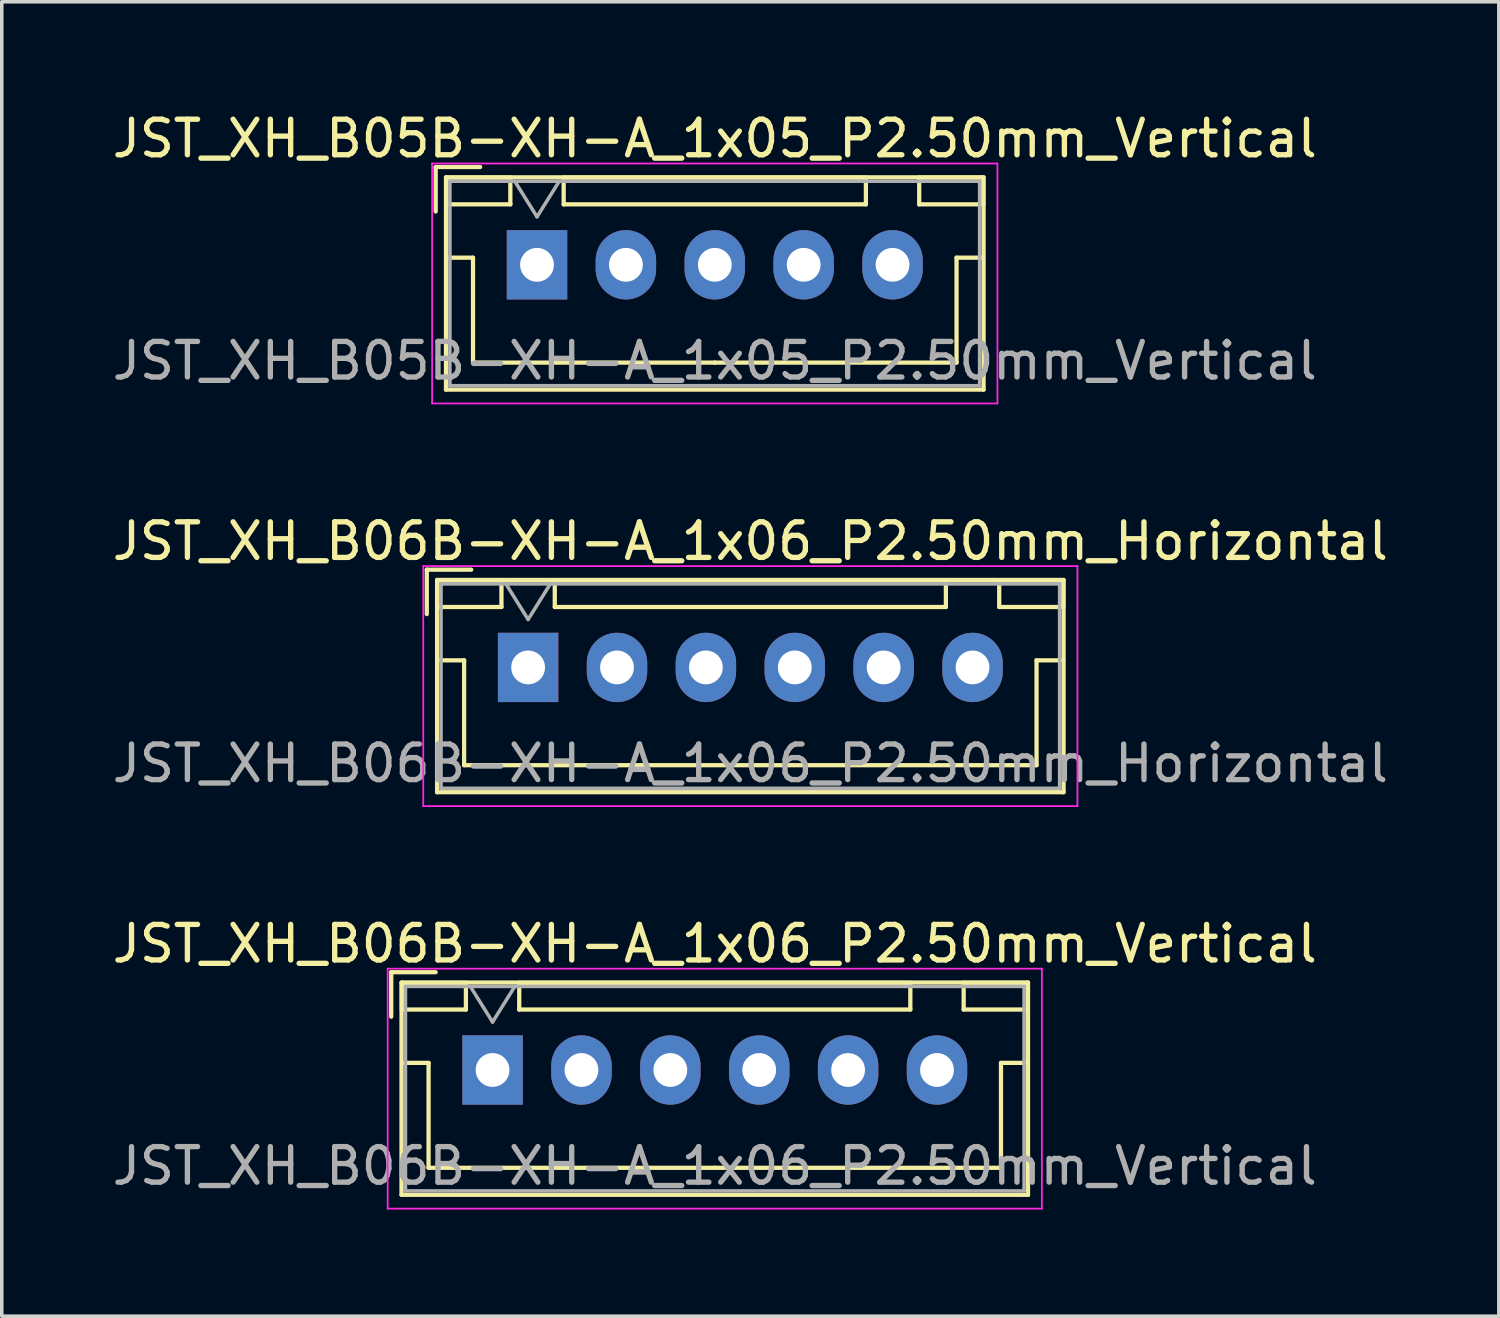
<source format=kicad_pcb>
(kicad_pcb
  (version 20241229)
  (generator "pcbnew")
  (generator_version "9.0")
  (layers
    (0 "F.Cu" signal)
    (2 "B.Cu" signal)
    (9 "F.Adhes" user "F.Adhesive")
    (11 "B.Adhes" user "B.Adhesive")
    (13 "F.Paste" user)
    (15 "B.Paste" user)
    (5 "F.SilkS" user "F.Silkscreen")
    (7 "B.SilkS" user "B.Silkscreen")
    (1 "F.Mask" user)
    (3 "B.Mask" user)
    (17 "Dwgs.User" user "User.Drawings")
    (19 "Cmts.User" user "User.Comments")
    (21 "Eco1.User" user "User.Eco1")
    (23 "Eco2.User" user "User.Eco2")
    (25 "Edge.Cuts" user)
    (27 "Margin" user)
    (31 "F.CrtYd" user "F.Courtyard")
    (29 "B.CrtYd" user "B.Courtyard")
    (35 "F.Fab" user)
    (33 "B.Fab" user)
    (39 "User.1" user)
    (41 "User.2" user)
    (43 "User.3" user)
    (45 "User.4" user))
  (footprint "JST_XH_B06B-XH-A_1x06_P2.50mm_Vertical"
    (layer "F.Cu")
    (at 10.804 27.045)
    (property "Reference" "JST_XH_B06B-XH-A_1x06_P2.50mm_Vertical" (at 6.25 -3.55 0) (layer "F.SilkS") (effects (font (size 1 1) (thickness 0.15))))
    (attr through_hole)
    (fp_line (start -2.85 -2.75) (end -2.85 -1.5) (stroke (width 0.12) (type solid)) (layer "F.SilkS"))
    (fp_line (start -2.56 -2.46) (end -2.56 3.51) (stroke (width 0.12) (type solid)) (layer "F.SilkS"))
    (fp_line (start -2.56 3.51) (end 15.06 3.51) (stroke (width 0.12) (type solid)) (layer "F.SilkS"))
    (fp_line (start -2.55 -2.45) (end -2.55 -1.7) (stroke (width 0.12) (type solid)) (layer "F.SilkS"))
    (fp_line (start -2.55 -1.7) (end -0.75 -1.7) (stroke (width 0.12) (type solid)) (layer "F.SilkS"))
    (fp_line (start -2.55 -0.2) (end -1.8 -0.2) (stroke (width 0.12) (type solid)) (layer "F.SilkS"))
    (fp_line (start -1.8 -0.2) (end -1.8 2.75) (stroke (width 0.12) (type solid)) (layer "F.SilkS"))
    (fp_line (start -1.8 2.75) (end 6.25 2.75) (stroke (width 0.12) (type solid)) (layer "F.SilkS"))
    (fp_line (start -1.6 -2.75) (end -2.85 -2.75) (stroke (width 0.12) (type solid)) (layer "F.SilkS"))
    (fp_line (start -0.75 -2.45) (end -2.55 -2.45) (stroke (width 0.12) (type solid)) (layer "F.SilkS"))
    (fp_line (start -0.75 -1.7) (end -0.75 -2.45) (stroke (width 0.12) (type solid)) (layer "F.SilkS"))
    (fp_line (start 0.75 -2.45) (end 0.75 -1.7) (stroke (width 0.12) (type solid)) (layer "F.SilkS"))
    (fp_line (start 0.75 -1.7) (end 11.75 -1.7) (stroke (width 0.12) (type solid)) (layer "F.SilkS"))
    (fp_line (start 11.75 -2.45) (end 0.75 -2.45) (stroke (width 0.12) (type solid)) (layer "F.SilkS"))
    (fp_line (start 11.75 -1.7) (end 11.75 -2.45) (stroke (width 0.12) (type solid)) (layer "F.SilkS"))
    (fp_line (start 13.25 -2.45) (end 13.25 -1.7) (stroke (width 0.12) (type solid)) (layer "F.SilkS"))
    (fp_line (start 13.25 -1.7) (end 15.05 -1.7) (stroke (width 0.12) (type solid)) (layer "F.SilkS"))
    (fp_line (start 14.3 -0.2) (end 14.3 2.75) (stroke (width 0.12) (type solid)) (layer "F.SilkS"))
    (fp_line (start 14.3 2.75) (end 6.25 2.75) (stroke (width 0.12) (type solid)) (layer "F.SilkS"))
    (fp_line (start 15.05 -2.45) (end 13.25 -2.45) (stroke (width 0.12) (type solid)) (layer "F.SilkS"))
    (fp_line (start 15.05 -1.7) (end 15.05 -2.45) (stroke (width 0.12) (type solid)) (layer "F.SilkS"))
    (fp_line (start 15.05 -0.2) (end 14.3 -0.2) (stroke (width 0.12) (type solid)) (layer "F.SilkS"))
    (fp_line (start 15.06 -2.46) (end -2.56 -2.46) (stroke (width 0.12) (type solid)) (layer "F.SilkS"))
    (fp_line (start 15.06 3.51) (end 15.06 -2.46) (stroke (width 0.12) (type solid)) (layer "F.SilkS"))
    (fp_line (start -2.95 -2.85) (end -2.95 3.9) (stroke (width 0.05) (type solid)) (layer "F.CrtYd"))
    (fp_line (start -2.95 3.9) (end 15.45 3.9) (stroke (width 0.05) (type solid)) (layer "F.CrtYd"))
    (fp_line (start 15.45 -2.85) (end -2.95 -2.85) (stroke (width 0.05) (type solid)) (layer "F.CrtYd"))
    (fp_line (start 15.45 3.9) (end 15.45 -2.85) (stroke (width 0.05) (type solid)) (layer "F.CrtYd"))
    (fp_line (start -2.45 -2.35) (end -2.45 3.4) (stroke (width 0.1) (type solid)) (layer "F.Fab"))
    (fp_line (start -2.45 3.4) (end 14.95 3.4) (stroke (width 0.1) (type solid)) (layer "F.Fab"))
    (fp_line (start -0.625 -2.35) (end 0 -1.35) (stroke (width 0.1) (type solid)) (layer "F.Fab"))
    (fp_line (start 0 -1.35) (end 0.625 -2.35) (stroke (width 0.1) (type solid)) (layer "F.Fab"))
    (fp_line (start 14.95 -2.35) (end -2.45 -2.35) (stroke (width 0.1) (type solid)) (layer "F.Fab"))
    (fp_line (start 14.95 3.4) (end 14.95 -2.35) (stroke (width 0.1) (type solid)) (layer "F.Fab"))
    (fp_text user "${REFERENCE}" (at 6.25 2.7 0) (layer "F.Fab") (effects (font (size 1 1) (thickness 0.15))))
    (pad "1" thru_hole rect (at 0 0) (size 1.7 1.95) (drill 0.95) (layers "*.Cu" "*.Mask"))
    (pad "2" thru_hole oval (at 2.5 0) (size 1.7 1.95) (drill 0.95) (layers "*.Cu" "*.Mask"))
    (pad "3" thru_hole oval (at 5 0) (size 1.7 1.95) (drill 0.95) (layers "*.Cu" "*.Mask"))
    (pad "4" thru_hole oval (at 7.5 0) (size 1.7 1.95) (drill 0.95) (layers "*.Cu" "*.Mask"))
    (pad "5" thru_hole oval (at 10 0) (size 1.7 1.95) (drill 0.95) (layers "*.Cu" "*.Mask"))
    (pad "6" thru_hole oval (at 12.5 0) (size 1.7 1.95) (drill 0.95) (layers "*.Cu" "*.Mask")))
  (footprint "JST_XH_B05B-XH-A_1x05_P2.50mm_Vertical"
    (layer "F.Cu")
    (at 12.054 4.398)
    (property "Reference" "JST_XH_B05B-XH-A_1x05_P2.50mm_Vertical" (at 5 -3.55 0) (layer "F.SilkS") (effects (font (size 1 1) (thickness 0.15))))
    (attr through_hole)
    (fp_line (start -2.85 -2.75) (end -2.85 -1.5) (stroke (width 0.12) (type solid)) (layer "F.SilkS"))
    (fp_line (start -2.56 -2.46) (end -2.56 3.51) (stroke (width 0.12) (type solid)) (layer "F.SilkS"))
    (fp_line (start -2.56 3.51) (end 12.56 3.51) (stroke (width 0.12) (type solid)) (layer "F.SilkS"))
    (fp_line (start -2.55 -2.45) (end -2.55 -1.7) (stroke (width 0.12) (type solid)) (layer "F.SilkS"))
    (fp_line (start -2.55 -1.7) (end -0.75 -1.7) (stroke (width 0.12) (type solid)) (layer "F.SilkS"))
    (fp_line (start -2.55 -0.2) (end -1.8 -0.2) (stroke (width 0.12) (type solid)) (layer "F.SilkS"))
    (fp_line (start -1.8 -0.2) (end -1.8 2.75) (stroke (width 0.12) (type solid)) (layer "F.SilkS"))
    (fp_line (start -1.8 2.75) (end 5 2.75) (stroke (width 0.12) (type solid)) (layer "F.SilkS"))
    (fp_line (start -1.6 -2.75) (end -2.85 -2.75) (stroke (width 0.12) (type solid)) (layer "F.SilkS"))
    (fp_line (start -0.75 -2.45) (end -2.55 -2.45) (stroke (width 0.12) (type solid)) (layer "F.SilkS"))
    (fp_line (start -0.75 -1.7) (end -0.75 -2.45) (stroke (width 0.12) (type solid)) (layer "F.SilkS"))
    (fp_line (start 0.75 -2.45) (end 0.75 -1.7) (stroke (width 0.12) (type solid)) (layer "F.SilkS"))
    (fp_line (start 0.75 -1.7) (end 9.25 -1.7) (stroke (width 0.12) (type solid)) (layer "F.SilkS"))
    (fp_line (start 9.25 -2.45) (end 0.75 -2.45) (stroke (width 0.12) (type solid)) (layer "F.SilkS"))
    (fp_line (start 9.25 -1.7) (end 9.25 -2.45) (stroke (width 0.12) (type solid)) (layer "F.SilkS"))
    (fp_line (start 10.75 -2.45) (end 10.75 -1.7) (stroke (width 0.12) (type solid)) (layer "F.SilkS"))
    (fp_line (start 10.75 -1.7) (end 12.55 -1.7) (stroke (width 0.12) (type solid)) (layer "F.SilkS"))
    (fp_line (start 11.8 -0.2) (end 11.8 2.75) (stroke (width 0.12) (type solid)) (layer "F.SilkS"))
    (fp_line (start 11.8 2.75) (end 5 2.75) (stroke (width 0.12) (type solid)) (layer "F.SilkS"))
    (fp_line (start 12.55 -2.45) (end 10.75 -2.45) (stroke (width 0.12) (type solid)) (layer "F.SilkS"))
    (fp_line (start 12.55 -1.7) (end 12.55 -2.45) (stroke (width 0.12) (type solid)) (layer "F.SilkS"))
    (fp_line (start 12.55 -0.2) (end 11.8 -0.2) (stroke (width 0.12) (type solid)) (layer "F.SilkS"))
    (fp_line (start 12.56 -2.46) (end -2.56 -2.46) (stroke (width 0.12) (type solid)) (layer "F.SilkS"))
    (fp_line (start 12.56 3.51) (end 12.56 -2.46) (stroke (width 0.12) (type solid)) (layer "F.SilkS"))
    (fp_line (start -2.95 -2.85) (end -2.95 3.9) (stroke (width 0.05) (type solid)) (layer "F.CrtYd"))
    (fp_line (start -2.95 3.9) (end 12.95 3.9) (stroke (width 0.05) (type solid)) (layer "F.CrtYd"))
    (fp_line (start 12.95 -2.85) (end -2.95 -2.85) (stroke (width 0.05) (type solid)) (layer "F.CrtYd"))
    (fp_line (start 12.95 3.9) (end 12.95 -2.85) (stroke (width 0.05) (type solid)) (layer "F.CrtYd"))
    (fp_line (start -2.45 -2.35) (end -2.45 3.4) (stroke (width 0.1) (type solid)) (layer "F.Fab"))
    (fp_line (start -2.45 3.4) (end 12.45 3.4) (stroke (width 0.1) (type solid)) (layer "F.Fab"))
    (fp_line (start -0.625 -2.35) (end 0 -1.35) (stroke (width 0.1) (type solid)) (layer "F.Fab"))
    (fp_line (start 0 -1.35) (end 0.625 -2.35) (stroke (width 0.1) (type solid)) (layer "F.Fab"))
    (fp_line (start 12.45 -2.35) (end -2.45 -2.35) (stroke (width 0.1) (type solid)) (layer "F.Fab"))
    (fp_line (start 12.45 3.4) (end 12.45 -2.35) (stroke (width 0.1) (type solid)) (layer "F.Fab"))
    (fp_text user "${REFERENCE}" (at 5 2.7 0) (layer "F.Fab") (effects (font (size 1 1) (thickness 0.15))))
    (pad "1" thru_hole rect (at 0 0) (size 1.7 1.95) (drill 0.95) (layers "*.Cu" "*.Mask"))
    (pad "2" thru_hole oval (at 2.5 0) (size 1.7 1.95) (drill 0.95) (layers "*.Cu" "*.Mask"))
    (pad "3" thru_hole oval (at 5 0) (size 1.7 1.95) (drill 0.95) (layers "*.Cu" "*.Mask"))
    (pad "4" thru_hole oval (at 7.5 0) (size 1.7 1.95) (drill 0.95) (layers "*.Cu" "*.Mask"))
    (pad "5" thru_hole oval (at 10 0) (size 1.7 1.95) (drill 0.95) (layers "*.Cu" "*.Mask")))
  (footprint "JST_XH_B06B-XH-A_1x06_P2.50mm_Horizontal"
    (layer "F.Cu")
    (at 11.804 15.722)
    (property "Reference" "JST_XH_B06B-XH-A_1x06_P2.50mm_Horizontal" (at 6.25 -3.55 0) (layer "F.SilkS") (effects (font (size 1 1) (thickness 0.15))))
    (attr through_hole)
    (fp_line (start -2.85 -2.75) (end -2.85 -1.5) (stroke (width 0.12) (type solid)) (layer "F.SilkS"))
    (fp_line (start -2.56 -2.46) (end -2.56 3.51) (stroke (width 0.12) (type solid)) (layer "F.SilkS"))
    (fp_line (start -2.56 3.51) (end 15.06 3.51) (stroke (width 0.12) (type solid)) (layer "F.SilkS"))
    (fp_line (start -2.55 -2.45) (end -2.55 -1.7) (stroke (width 0.12) (type solid)) (layer "F.SilkS"))
    (fp_line (start -2.55 -1.7) (end -0.75 -1.7) (stroke (width 0.12) (type solid)) (layer "F.SilkS"))
    (fp_line (start -2.55 -0.2) (end -1.8 -0.2) (stroke (width 0.12) (type solid)) (layer "F.SilkS"))
    (fp_line (start -1.8 -0.2) (end -1.8 2.75) (stroke (width 0.12) (type solid)) (layer "F.SilkS"))
    (fp_line (start -1.8 2.75) (end 6.25 2.75) (stroke (width 0.12) (type solid)) (layer "F.SilkS"))
    (fp_line (start -1.6 -2.75) (end -2.85 -2.75) (stroke (width 0.12) (type solid)) (layer "F.SilkS"))
    (fp_line (start -0.75 -2.45) (end -2.55 -2.45) (stroke (width 0.12) (type solid)) (layer "F.SilkS"))
    (fp_line (start -0.75 -1.7) (end -0.75 -2.45) (stroke (width 0.12) (type solid)) (layer "F.SilkS"))
    (fp_line (start 0.75 -2.45) (end 0.75 -1.7) (stroke (width 0.12) (type solid)) (layer "F.SilkS"))
    (fp_line (start 0.75 -1.7) (end 11.75 -1.7) (stroke (width 0.12) (type solid)) (layer "F.SilkS"))
    (fp_line (start 11.75 -2.45) (end 0.75 -2.45) (stroke (width 0.12) (type solid)) (layer "F.SilkS"))
    (fp_line (start 11.75 -1.7) (end 11.75 -2.45) (stroke (width 0.12) (type solid)) (layer "F.SilkS"))
    (fp_line (start 13.25 -2.45) (end 13.25 -1.7) (stroke (width 0.12) (type solid)) (layer "F.SilkS"))
    (fp_line (start 13.25 -1.7) (end 15.05 -1.7) (stroke (width 0.12) (type solid)) (layer "F.SilkS"))
    (fp_line (start 14.3 -0.2) (end 14.3 2.75) (stroke (width 0.12) (type solid)) (layer "F.SilkS"))
    (fp_line (start 14.3 2.75) (end 6.25 2.75) (stroke (width 0.12) (type solid)) (layer "F.SilkS"))
    (fp_line (start 15.05 -2.45) (end 13.25 -2.45) (stroke (width 0.12) (type solid)) (layer "F.SilkS"))
    (fp_line (start 15.05 -1.7) (end 15.05 -2.45) (stroke (width 0.12) (type solid)) (layer "F.SilkS"))
    (fp_line (start 15.05 -0.2) (end 14.3 -0.2) (stroke (width 0.12) (type solid)) (layer "F.SilkS"))
    (fp_line (start 15.06 -2.46) (end -2.56 -2.46) (stroke (width 0.12) (type solid)) (layer "F.SilkS"))
    (fp_line (start 15.06 3.51) (end 15.06 -2.46) (stroke (width 0.12) (type solid)) (layer "F.SilkS"))
    (fp_line (start -2.95 -2.85) (end -2.95 3.9) (stroke (width 0.05) (type solid)) (layer "F.CrtYd"))
    (fp_line (start -2.95 3.9) (end 15.45 3.9) (stroke (width 0.05) (type solid)) (layer "F.CrtYd"))
    (fp_line (start 15.45 -2.85) (end -2.95 -2.85) (stroke (width 0.05) (type solid)) (layer "F.CrtYd"))
    (fp_line (start 15.45 3.9) (end 15.45 -2.85) (stroke (width 0.05) (type solid)) (layer "F.CrtYd"))
    (fp_line (start -2.45 -2.35) (end -2.45 3.4) (stroke (width 0.1) (type solid)) (layer "F.Fab"))
    (fp_line (start -2.45 3.4) (end 14.95 3.4) (stroke (width 0.1) (type solid)) (layer "F.Fab"))
    (fp_line (start -0.625 -2.35) (end 0 -1.35) (stroke (width 0.1) (type solid)) (layer "F.Fab"))
    (fp_line (start 0 -1.35) (end 0.625 -2.35) (stroke (width 0.1) (type solid)) (layer "F.Fab"))
    (fp_line (start 14.95 -2.35) (end -2.45 -2.35) (stroke (width 0.1) (type solid)) (layer "F.Fab"))
    (fp_line (start 14.95 3.4) (end 14.95 -2.35) (stroke (width 0.1) (type solid)) (layer "F.Fab"))
    (fp_text user "${REFERENCE}" (at 6.25 2.7 0) (layer "F.Fab") (effects (font (size 1 1) (thickness 0.15))))
    (pad "1" thru_hole rect (at 0 0) (size 1.7 1.95) (drill 0.95) (layers "*.Cu" "*.Mask"))
    (pad "2" thru_hole oval (at 2.5 0) (size 1.7 1.95) (drill 0.95) (layers "*.Cu" "*.Mask"))
    (pad "3" thru_hole oval (at 5 0) (size 1.7 1.95) (drill 0.95) (layers "*.Cu" "*.Mask"))
    (pad "4" thru_hole oval (at 7.5 0) (size 1.7 1.95) (drill 0.95) (layers "*.Cu" "*.Mask"))
    (pad "5" thru_hole oval (at 10 0) (size 1.7 1.95) (drill 0.95) (layers "*.Cu" "*.Mask"))
    (pad "6" thru_hole oval (at 12.5 0) (size 1.7 1.95) (drill 0.95) (layers "*.Cu" "*.Mask")))
  (gr_rect
    (start -3 -3)
    (end 39.107 33.97)
    (stroke (width 0.1) (type default))
    (fill no)
    (layer "Edge.Cuts")))
</source>
